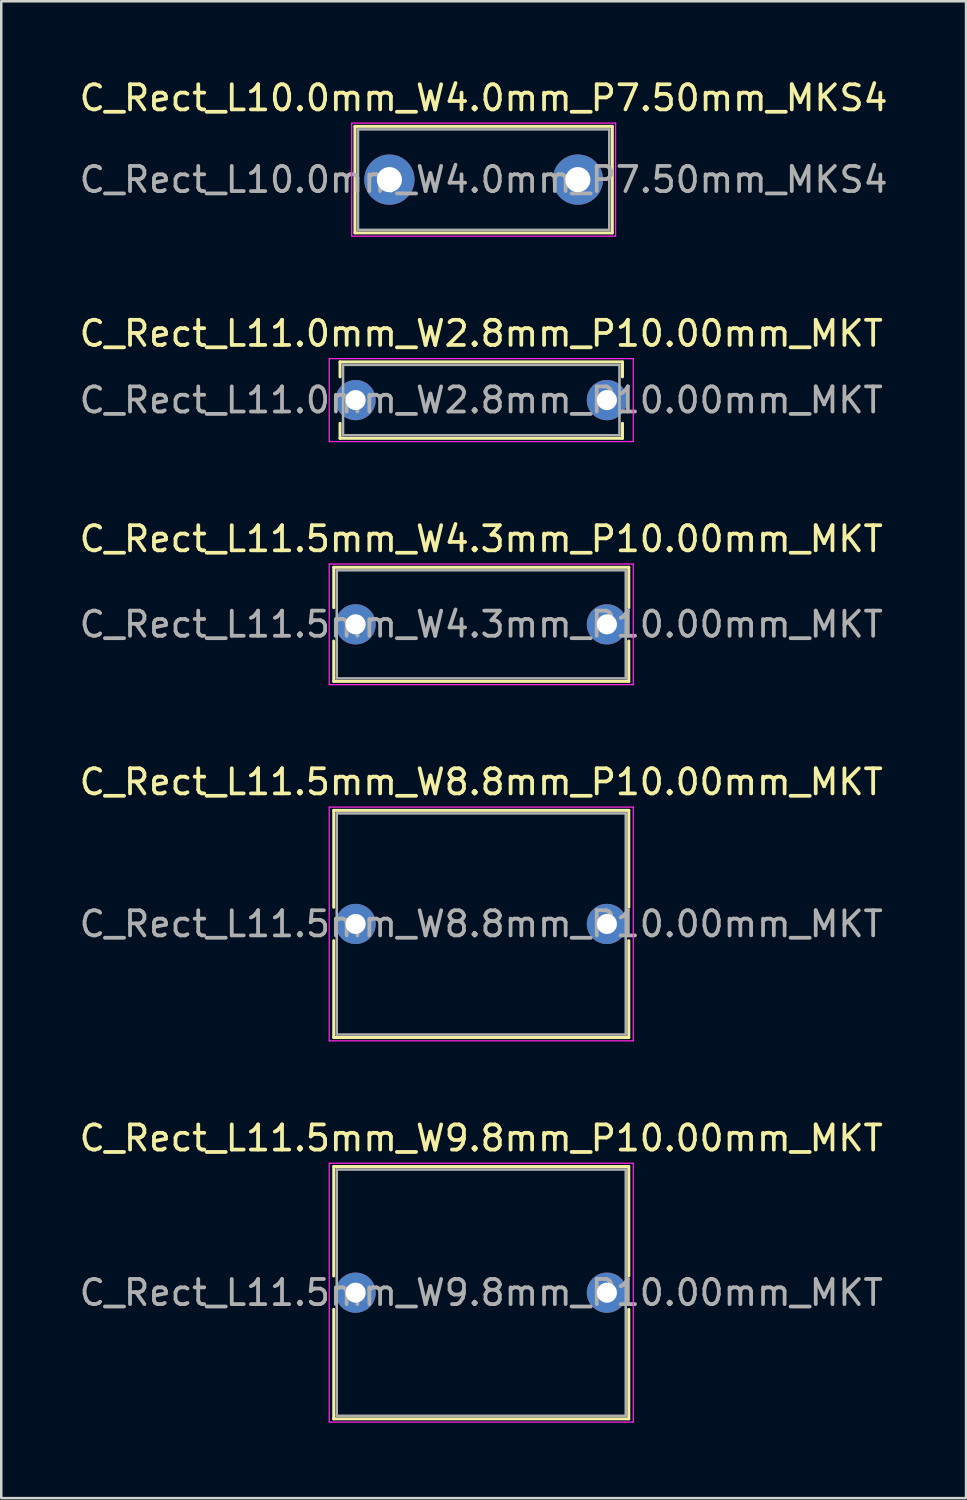
<source format=kicad_pcb>
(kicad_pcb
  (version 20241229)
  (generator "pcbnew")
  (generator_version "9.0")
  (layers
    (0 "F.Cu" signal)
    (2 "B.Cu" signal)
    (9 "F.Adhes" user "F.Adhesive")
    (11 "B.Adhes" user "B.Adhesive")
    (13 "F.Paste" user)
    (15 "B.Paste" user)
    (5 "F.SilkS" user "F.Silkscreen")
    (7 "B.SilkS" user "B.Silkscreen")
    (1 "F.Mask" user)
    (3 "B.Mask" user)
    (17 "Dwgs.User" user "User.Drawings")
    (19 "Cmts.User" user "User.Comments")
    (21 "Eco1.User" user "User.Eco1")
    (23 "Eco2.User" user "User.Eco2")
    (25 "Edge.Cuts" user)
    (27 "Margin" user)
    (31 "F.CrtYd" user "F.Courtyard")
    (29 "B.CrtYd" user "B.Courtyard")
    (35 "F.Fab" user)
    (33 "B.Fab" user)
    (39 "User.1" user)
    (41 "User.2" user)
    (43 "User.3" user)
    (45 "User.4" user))
  (footprint "C_Rect_L10.0mm_W4.0mm_P7.50mm_MKS4"
    (layer "F.Cu")
    (at 12.446 4.098)
    (property "Reference" "C_Rect_L10.0mm_W4.0mm_P7.50mm_MKS4" (at 3.75 -3.25 0) (layer "F.SilkS") (effects (font (size 1 1) (thickness 0.15))))
    (attr through_hole)
    (fp_line (start -1.37 -2.12) (end -1.37 2.12) (stroke (width 0.12) (type solid)) (layer "F.SilkS"))
    (fp_line (start -1.37 -2.12) (end 8.87 -2.12) (stroke (width 0.12) (type solid)) (layer "F.SilkS"))
    (fp_line (start -1.37 2.12) (end 8.87 2.12) (stroke (width 0.12) (type solid)) (layer "F.SilkS"))
    (fp_line (start 8.87 -2.12) (end 8.87 2.12) (stroke (width 0.12) (type solid)) (layer "F.SilkS"))
    (fp_line (start -1.5 -2.25) (end -1.5 2.25) (stroke (width 0.05) (type solid)) (layer "F.CrtYd"))
    (fp_line (start -1.5 2.25) (end 9 2.25) (stroke (width 0.05) (type solid)) (layer "F.CrtYd"))
    (fp_line (start 9 -2.25) (end -1.5 -2.25) (stroke (width 0.05) (type solid)) (layer "F.CrtYd"))
    (fp_line (start 9 2.25) (end 9 -2.25) (stroke (width 0.05) (type solid)) (layer "F.CrtYd"))
    (fp_line (start -1.25 -2) (end -1.25 2) (stroke (width 0.1) (type solid)) (layer "F.Fab"))
    (fp_line (start -1.25 2) (end 8.75 2) (stroke (width 0.1) (type solid)) (layer "F.Fab"))
    (fp_line (start 8.75 -2) (end -1.25 -2) (stroke (width 0.1) (type solid)) (layer "F.Fab"))
    (fp_line (start 8.75 2) (end 8.75 -2) (stroke (width 0.1) (type solid)) (layer "F.Fab"))
    (fp_text user "${REFERENCE}" (at 3.75 0 0) (layer "F.Fab") (effects (font (size 1 1) (thickness 0.15))))
    (pad "1" thru_hole circle (at 0 0) (size 2 2) (drill 1) (layers "*.Cu" "*.Mask"))
    (pad "2" thru_hole circle (at 7.5 0) (size 2 2) (drill 1) (layers "*.Cu" "*.Mask")))
  (footprint "C_Rect_L11.0mm_W2.8mm_P10.00mm_MKT"
    (layer "F.Cu")
    (at 11.101 12.871)
    (property "Reference" "C_Rect_L11.0mm_W2.8mm_P10.00mm_MKT" (at 5 -2.65 0) (layer "F.SilkS") (effects (font (size 1 1) (thickness 0.15))))
    (attr through_hole)
    (fp_line (start -0.62 -1.52) (end -0.62 -0.925) (stroke (width 0.12) (type solid)) (layer "F.SilkS"))
    (fp_line (start -0.62 -1.52) (end 10.62 -1.52) (stroke (width 0.12) (type solid)) (layer "F.SilkS"))
    (fp_line (start -0.62 0.925) (end -0.62 1.52) (stroke (width 0.12) (type solid)) (layer "F.SilkS"))
    (fp_line (start -0.62 1.52) (end 10.62 1.52) (stroke (width 0.12) (type solid)) (layer "F.SilkS"))
    (fp_line (start 10.62 -1.52) (end 10.62 -0.925) (stroke (width 0.12) (type solid)) (layer "F.SilkS"))
    (fp_line (start 10.62 0.925) (end 10.62 1.52) (stroke (width 0.12) (type solid)) (layer "F.SilkS"))
    (fp_line (start -1.05 -1.65) (end -1.05 1.65) (stroke (width 0.05) (type solid)) (layer "F.CrtYd"))
    (fp_line (start -1.05 1.65) (end 11.05 1.65) (stroke (width 0.05) (type solid)) (layer "F.CrtYd"))
    (fp_line (start 11.05 -1.65) (end -1.05 -1.65) (stroke (width 0.05) (type solid)) (layer "F.CrtYd"))
    (fp_line (start 11.05 1.65) (end 11.05 -1.65) (stroke (width 0.05) (type solid)) (layer "F.CrtYd"))
    (fp_line (start -0.5 -1.4) (end -0.5 1.4) (stroke (width 0.1) (type solid)) (layer "F.Fab"))
    (fp_line (start -0.5 1.4) (end 10.5 1.4) (stroke (width 0.1) (type solid)) (layer "F.Fab"))
    (fp_line (start 10.5 -1.4) (end -0.5 -1.4) (stroke (width 0.1) (type solid)) (layer "F.Fab"))
    (fp_line (start 10.5 1.4) (end 10.5 -1.4) (stroke (width 0.1) (type solid)) (layer "F.Fab"))
    (fp_text user "${REFERENCE}" (at 5 0 0) (layer "F.Fab") (effects (font (size 1 1) (thickness 0.15))))
    (pad "1" thru_hole circle (at 0 0) (size 1.6 1.6) (drill 0.8) (layers "*.Cu" "*.Mask"))
    (pad "2" thru_hole circle (at 10 0) (size 1.6 1.6) (drill 0.8) (layers "*.Cu" "*.Mask")))
  (footprint "C_Rect_L11.5mm_W4.3mm_P10.00mm_MKT"
    (layer "F.Cu")
    (at 11.101 21.795)
    (property "Reference" "C_Rect_L11.5mm_W4.3mm_P10.00mm_MKT" (at 5 -3.4 0) (layer "F.SilkS") (effects (font (size 1 1) (thickness 0.15))))
    (attr through_hole)
    (fp_line (start -0.87 -2.27) (end -0.87 -0.665) (stroke (width 0.12) (type solid)) (layer "F.SilkS"))
    (fp_line (start -0.87 -2.27) (end 10.87 -2.27) (stroke (width 0.12) (type solid)) (layer "F.SilkS"))
    (fp_line (start -0.87 0.665) (end -0.87 2.27) (stroke (width 0.12) (type solid)) (layer "F.SilkS"))
    (fp_line (start -0.87 2.27) (end 10.87 2.27) (stroke (width 0.12) (type solid)) (layer "F.SilkS"))
    (fp_line (start 10.87 -2.27) (end 10.87 -0.665) (stroke (width 0.12) (type solid)) (layer "F.SilkS"))
    (fp_line (start 10.87 0.665) (end 10.87 2.27) (stroke (width 0.12) (type solid)) (layer "F.SilkS"))
    (fp_line (start -1.05 -2.4) (end -1.05 2.4) (stroke (width 0.05) (type solid)) (layer "F.CrtYd"))
    (fp_line (start -1.05 2.4) (end 11.05 2.4) (stroke (width 0.05) (type solid)) (layer "F.CrtYd"))
    (fp_line (start 11.05 -2.4) (end -1.05 -2.4) (stroke (width 0.05) (type solid)) (layer "F.CrtYd"))
    (fp_line (start 11.05 2.4) (end 11.05 -2.4) (stroke (width 0.05) (type solid)) (layer "F.CrtYd"))
    (fp_line (start -0.75 -2.15) (end -0.75 2.15) (stroke (width 0.1) (type solid)) (layer "F.Fab"))
    (fp_line (start -0.75 2.15) (end 10.75 2.15) (stroke (width 0.1) (type solid)) (layer "F.Fab"))
    (fp_line (start 10.75 -2.15) (end -0.75 -2.15) (stroke (width 0.1) (type solid)) (layer "F.Fab"))
    (fp_line (start 10.75 2.15) (end 10.75 -2.15) (stroke (width 0.1) (type solid)) (layer "F.Fab"))
    (fp_text user "${REFERENCE}" (at 5 0 0) (layer "F.Fab") (effects (font (size 1 1) (thickness 0.15))))
    (pad "1" thru_hole circle (at 0 0) (size 1.6 1.6) (drill 0.8) (layers "*.Cu" "*.Mask"))
    (pad "2" thru_hole circle (at 10 0) (size 1.6 1.6) (drill 0.8) (layers "*.Cu" "*.Mask")))
  (footprint "C_Rect_L11.5mm_W8.8mm_P10.00mm_MKT"
    (layer "F.Cu")
    (at 11.101 33.718)
    (property "Reference" "C_Rect_L11.5mm_W8.8mm_P10.00mm_MKT" (at 5 -5.65 0) (layer "F.SilkS") (effects (font (size 1 1) (thickness 0.15))))
    (attr through_hole)
    (fp_line (start -0.87 -4.52) (end -0.87 -0.665) (stroke (width 0.12) (type solid)) (layer "F.SilkS"))
    (fp_line (start -0.87 -4.52) (end 10.87 -4.52) (stroke (width 0.12) (type solid)) (layer "F.SilkS"))
    (fp_line (start -0.87 0.665) (end -0.87 4.52) (stroke (width 0.12) (type solid)) (layer "F.SilkS"))
    (fp_line (start -0.87 4.52) (end 10.87 4.52) (stroke (width 0.12) (type solid)) (layer "F.SilkS"))
    (fp_line (start 10.87 -4.52) (end 10.87 -0.665) (stroke (width 0.12) (type solid)) (layer "F.SilkS"))
    (fp_line (start 10.87 0.665) (end 10.87 4.52) (stroke (width 0.12) (type solid)) (layer "F.SilkS"))
    (fp_line (start -1.05 -4.65) (end -1.05 4.65) (stroke (width 0.05) (type solid)) (layer "F.CrtYd"))
    (fp_line (start -1.05 4.65) (end 11.05 4.65) (stroke (width 0.05) (type solid)) (layer "F.CrtYd"))
    (fp_line (start 11.05 -4.65) (end -1.05 -4.65) (stroke (width 0.05) (type solid)) (layer "F.CrtYd"))
    (fp_line (start 11.05 4.65) (end 11.05 -4.65) (stroke (width 0.05) (type solid)) (layer "F.CrtYd"))
    (fp_line (start -0.75 -4.4) (end -0.75 4.4) (stroke (width 0.1) (type solid)) (layer "F.Fab"))
    (fp_line (start -0.75 4.4) (end 10.75 4.4) (stroke (width 0.1) (type solid)) (layer "F.Fab"))
    (fp_line (start 10.75 -4.4) (end -0.75 -4.4) (stroke (width 0.1) (type solid)) (layer "F.Fab"))
    (fp_line (start 10.75 4.4) (end 10.75 -4.4) (stroke (width 0.1) (type solid)) (layer "F.Fab"))
    (fp_text user "${REFERENCE}" (at 5 0 0) (layer "F.Fab") (effects (font (size 1 1) (thickness 0.15))))
    (pad "1" thru_hole circle (at 0 0) (size 1.6 1.6) (drill 0.8) (layers "*.Cu" "*.Mask"))
    (pad "2" thru_hole circle (at 10 0) (size 1.6 1.6) (drill 0.8) (layers "*.Cu" "*.Mask")))
  (footprint "C_Rect_L11.5mm_W9.8mm_P10.00mm_MKT"
    (layer "F.Cu")
    (at 11.101 48.391)
    (property "Reference" "C_Rect_L11.5mm_W9.8mm_P10.00mm_MKT" (at 5 -6.15 0) (layer "F.SilkS") (effects (font (size 1 1) (thickness 0.15))))
    (attr through_hole)
    (fp_line (start -0.87 -5.02) (end -0.87 -0.665) (stroke (width 0.12) (type solid)) (layer "F.SilkS"))
    (fp_line (start -0.87 -5.02) (end 10.87 -5.02) (stroke (width 0.12) (type solid)) (layer "F.SilkS"))
    (fp_line (start -0.87 0.665) (end -0.87 5.02) (stroke (width 0.12) (type solid)) (layer "F.SilkS"))
    (fp_line (start -0.87 5.02) (end 10.87 5.02) (stroke (width 0.12) (type solid)) (layer "F.SilkS"))
    (fp_line (start 10.87 -5.02) (end 10.87 -0.665) (stroke (width 0.12) (type solid)) (layer "F.SilkS"))
    (fp_line (start 10.87 0.665) (end 10.87 5.02) (stroke (width 0.12) (type solid)) (layer "F.SilkS"))
    (fp_line (start -1.05 -5.15) (end -1.05 5.15) (stroke (width 0.05) (type solid)) (layer "F.CrtYd"))
    (fp_line (start -1.05 5.15) (end 11.05 5.15) (stroke (width 0.05) (type solid)) (layer "F.CrtYd"))
    (fp_line (start 11.05 -5.15) (end -1.05 -5.15) (stroke (width 0.05) (type solid)) (layer "F.CrtYd"))
    (fp_line (start 11.05 5.15) (end 11.05 -5.15) (stroke (width 0.05) (type solid)) (layer "F.CrtYd"))
    (fp_line (start -0.75 -4.9) (end -0.75 4.9) (stroke (width 0.1) (type solid)) (layer "F.Fab"))
    (fp_line (start -0.75 4.9) (end 10.75 4.9) (stroke (width 0.1) (type solid)) (layer "F.Fab"))
    (fp_line (start 10.75 -4.9) (end -0.75 -4.9) (stroke (width 0.1) (type solid)) (layer "F.Fab"))
    (fp_line (start 10.75 4.9) (end 10.75 -4.9) (stroke (width 0.1) (type solid)) (layer "F.Fab"))
    (fp_text user "${REFERENCE}" (at 5 0 0) (layer "F.Fab") (effects (font (size 1 1) (thickness 0.15))))
    (pad "1" thru_hole circle (at 0 0) (size 1.6 1.6) (drill 0.8) (layers "*.Cu" "*.Mask"))
    (pad "2" thru_hole circle (at 10 0) (size 1.6 1.6) (drill 0.8) (layers "*.Cu" "*.Mask")))
  (gr_rect
    (start -3 -3)
    (end 35.393 56.566)
    (stroke (width 0.1) (type default))
    (fill no)
    (layer "Edge.Cuts")))
</source>
